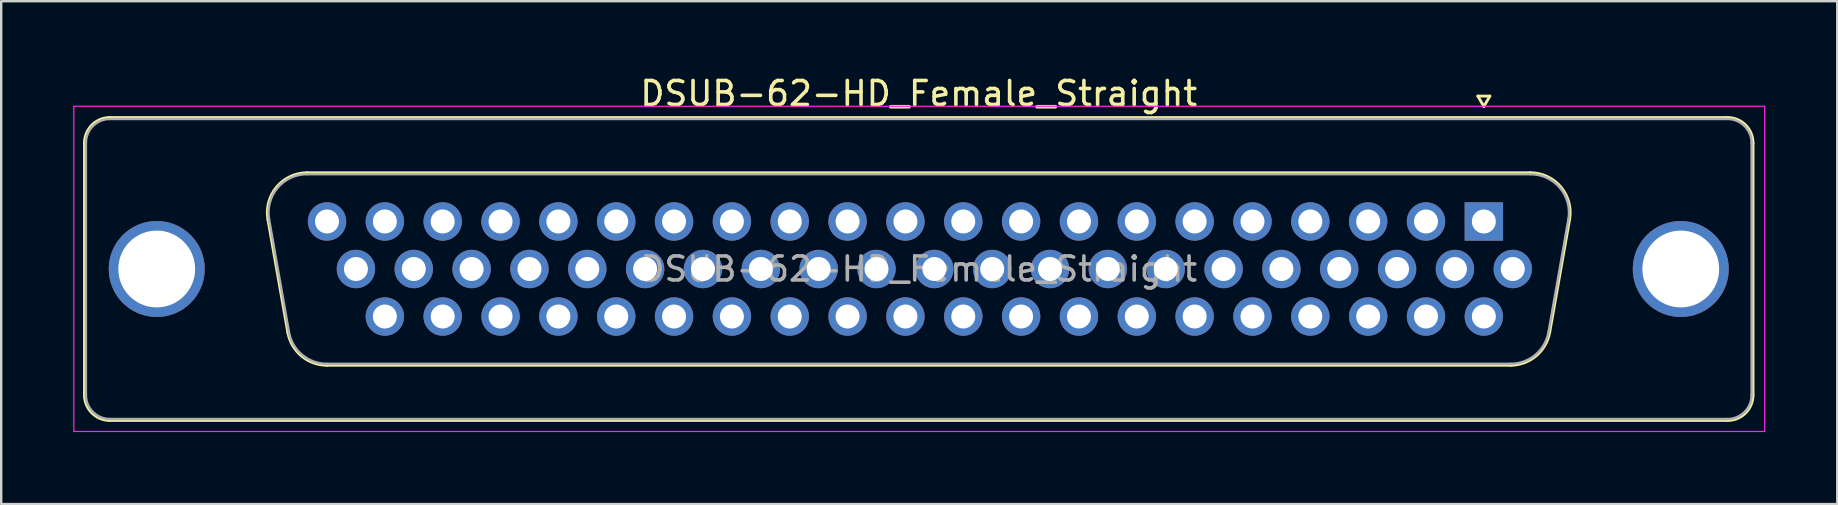
<source format=kicad_pcb>
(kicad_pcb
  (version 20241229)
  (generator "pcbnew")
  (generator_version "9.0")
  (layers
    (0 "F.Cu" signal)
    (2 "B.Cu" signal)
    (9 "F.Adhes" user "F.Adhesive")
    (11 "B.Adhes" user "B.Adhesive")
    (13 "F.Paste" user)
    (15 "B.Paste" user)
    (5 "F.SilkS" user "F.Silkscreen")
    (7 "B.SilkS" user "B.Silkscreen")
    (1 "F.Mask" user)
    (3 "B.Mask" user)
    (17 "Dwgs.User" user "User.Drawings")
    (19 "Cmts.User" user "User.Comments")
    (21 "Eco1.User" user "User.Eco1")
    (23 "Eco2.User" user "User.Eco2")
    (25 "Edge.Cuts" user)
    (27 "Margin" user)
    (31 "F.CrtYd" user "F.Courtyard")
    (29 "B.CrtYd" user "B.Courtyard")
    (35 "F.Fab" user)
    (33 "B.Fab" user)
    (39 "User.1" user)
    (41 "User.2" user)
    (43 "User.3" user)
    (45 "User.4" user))
  (footprint "DSUB-62-HD_Female_Straight"
    (layer "F.Cu")
    (at 58.775 6.178)
    (property "Reference" "DSUB-62-HD_Female_Straight" (at -23.545 -5.33 0) (layer "F.SilkS") (effects (font (size 1 1) (thickness 0.15))))
    (attr through_hole)
    (fp_line (start -58.305 7.23) (end -58.305 -3.27) (stroke (width 0.12) (type solid)) (layer "F.SilkS"))
    (fp_line (start -57.245 -4.33) (end 10.155 -4.33) (stroke (width 0.12) (type solid)) (layer "F.SilkS"))
    (fp_line (start -50.661 -0.082) (end -49.833 4.618) (stroke (width 0.12) (type solid)) (layer "F.SilkS"))
    (fp_line (start -49.027 -2.03) (end 1.937 -2.03) (stroke (width 0.12) (type solid)) (layer "F.SilkS"))
    (fp_line (start -48.198 5.99) (end 1.108 5.99) (stroke (width 0.12) (type solid)) (layer "F.SilkS"))
    (fp_line (start -0.25 -5.224) (end 0.25 -5.224) (stroke (width 0.12) (type solid)) (layer "F.SilkS"))
    (fp_line (start 0 -4.791) (end -0.25 -5.224) (stroke (width 0.12) (type solid)) (layer "F.SilkS"))
    (fp_line (start 0.25 -5.224) (end 0 -4.791) (stroke (width 0.12) (type solid)) (layer "F.SilkS"))
    (fp_line (start 3.571 -0.082) (end 2.743 4.618) (stroke (width 0.12) (type solid)) (layer "F.SilkS"))
    (fp_line (start 10.155 8.29) (end -57.245 8.29) (stroke (width 0.12) (type solid)) (layer "F.SilkS"))
    (fp_line (start 11.215 -3.27) (end 11.215 7.23) (stroke (width 0.12) (type solid)) (layer "F.SilkS"))
    (fp_arc (start -58.305 -3.27) (mid -57.994533 -4.019533) (end -57.245 -4.33) (stroke (width 0.12) (type solid)) (layer "F.SilkS"))
    (fp_arc (start -57.245 8.29) (mid -57.994533 7.979533) (end -58.305 7.23) (stroke (width 0.12) (type solid)) (layer "F.SilkS"))
    (fp_arc (start -50.66147 -0.081744) (mid -50.298323 -1.437028) (end -49.026689 -2.03) (stroke (width 0.12) (type solid)) (layer "F.SilkS"))
    (fp_arc (start -48.197952 5.99) (mid -49.264979 5.601634) (end -49.832733 4.618256) (stroke (width 0.12) (type solid)) (layer "F.SilkS"))
    (fp_arc (start 1.936689 -2.03) (mid 3.208323 -1.437027) (end 3.57147 -0.081744) (stroke (width 0.12) (type solid)) (layer "F.SilkS"))
    (fp_arc (start 2.742733 4.618256) (mid 2.17498 5.601634) (end 1.107952 5.99) (stroke (width 0.12) (type solid)) (layer "F.SilkS"))
    (fp_arc (start 10.155 -4.33) (mid 10.904533 -4.019533) (end 11.215 -3.27) (stroke (width 0.12) (type solid)) (layer "F.SilkS"))
    (fp_arc (start 11.215 7.23) (mid 10.904533 7.979533) (end 10.155 8.29) (stroke (width 0.12) (type solid)) (layer "F.SilkS"))
    (fp_line (start -58.75 -4.8) (end -58.75 8.75) (stroke (width 0.05) (type solid)) (layer "F.CrtYd"))
    (fp_line (start -58.75 8.75) (end 11.7 8.75) (stroke (width 0.05) (type solid)) (layer "F.CrtYd"))
    (fp_line (start 11.7 -4.8) (end -58.75 -4.8) (stroke (width 0.05) (type solid)) (layer "F.CrtYd"))
    (fp_line (start 11.7 8.75) (end 11.7 -4.8) (stroke (width 0.05) (type solid)) (layer "F.CrtYd"))
    (fp_line (start -58.245 7.23) (end -58.245 -3.27) (stroke (width 0.1) (type solid)) (layer "F.Fab"))
    (fp_line (start -57.245 -4.27) (end 10.155 -4.27) (stroke (width 0.1) (type solid)) (layer "F.Fab"))
    (fp_line (start -50.614 -0.092) (end -49.785 4.608) (stroke (width 0.1) (type solid)) (layer "F.Fab"))
    (fp_line (start -49.038 -1.97) (end 1.948 -1.97) (stroke (width 0.1) (type solid)) (layer "F.Fab"))
    (fp_line (start -48.209 5.93) (end 1.119 5.93) (stroke (width 0.1) (type solid)) (layer "F.Fab"))
    (fp_line (start 3.524 -0.092) (end 2.695 4.608) (stroke (width 0.1) (type solid)) (layer "F.Fab"))
    (fp_line (start 10.155 8.23) (end -57.245 8.23) (stroke (width 0.1) (type solid)) (layer "F.Fab"))
    (fp_line (start 11.155 -3.27) (end 11.155 7.23) (stroke (width 0.1) (type solid)) (layer "F.Fab"))
    (fp_arc (start -58.245 -3.27) (mid -57.952107 -3.977107) (end -57.245 -4.27) (stroke (width 0.1) (type solid)) (layer "F.Fab"))
    (fp_arc (start -57.245 8.23) (mid -57.952107 7.937107) (end -58.245 7.23) (stroke (width 0.1) (type solid)) (layer "F.Fab"))
    (fp_arc (start -50.613886 -0.092163) (mid -50.263865 -1.39846) (end -49.038194 -1.97) (stroke (width 0.1) (type solid)) (layer "F.Fab"))
    (fp_arc (start -48.209457 5.93) (mid -49.237917 5.555671) (end -49.785149 4.607837) (stroke (width 0.1) (type solid)) (layer "F.Fab"))
    (fp_arc (start 1.948194 -1.97) (mid 3.173865 -1.39846) (end 3.523886 -0.092163) (stroke (width 0.1) (type solid)) (layer "F.Fab"))
    (fp_arc (start 2.695149 4.607837) (mid 2.147917 5.555671) (end 1.119457 5.93) (stroke (width 0.1) (type solid)) (layer "F.Fab"))
    (fp_arc (start 10.155 -4.27) (mid 10.862107 -3.977107) (end 11.155 -3.27) (stroke (width 0.1) (type solid)) (layer "F.Fab"))
    (fp_arc (start 11.155 7.23) (mid 10.862107 7.937107) (end 10.155 8.23) (stroke (width 0.1) (type solid)) (layer "F.Fab"))
    (fp_text user "${REFERENCE}" (at -23.545 1.98 0) (layer "F.Fab") (effects (font (size 1 1) (thickness 0.15))))
    (pad "0" thru_hole circle (at -55.295 1.98) (size 4 4) (drill 3.2) (layers "*.Cu" "*.Mask"))
    (pad "0" thru_hole circle (at 8.205 1.98) (size 4 4) (drill 3.2) (layers "*.Cu" "*.Mask"))
    (pad "1" thru_hole rect (at 0 0) (size 1.6 1.6) (drill 1) (layers "*.Cu" "*.Mask"))
    (pad "2" thru_hole circle (at -2.41 0) (size 1.6 1.6) (drill 1) (layers "*.Cu" "*.Mask"))
    (pad "3" thru_hole circle (at -4.82 0) (size 1.6 1.6) (drill 1) (layers "*.Cu" "*.Mask"))
    (pad "4" thru_hole circle (at -7.23 0) (size 1.6 1.6) (drill 1) (layers "*.Cu" "*.Mask"))
    (pad "5" thru_hole circle (at -9.64 0) (size 1.6 1.6) (drill 1) (layers "*.Cu" "*.Mask"))
    (pad "6" thru_hole circle (at -12.05 0) (size 1.6 1.6) (drill 1) (layers "*.Cu" "*.Mask"))
    (pad "7" thru_hole circle (at -14.46 0) (size 1.6 1.6) (drill 1) (layers "*.Cu" "*.Mask"))
    (pad "8" thru_hole circle (at -16.87 0) (size 1.6 1.6) (drill 1) (layers "*.Cu" "*.Mask"))
    (pad "9" thru_hole circle (at -19.28 0) (size 1.6 1.6) (drill 1) (layers "*.Cu" "*.Mask"))
    (pad "10" thru_hole circle (at -21.69 0) (size 1.6 1.6) (drill 1) (layers "*.Cu" "*.Mask"))
    (pad "11" thru_hole circle (at -24.1 0) (size 1.6 1.6) (drill 1) (layers "*.Cu" "*.Mask"))
    (pad "12" thru_hole circle (at -26.51 0) (size 1.6 1.6) (drill 1) (layers "*.Cu" "*.Mask"))
    (pad "13" thru_hole circle (at -28.92 0) (size 1.6 1.6) (drill 1) (layers "*.Cu" "*.Mask"))
    (pad "14" thru_hole circle (at -31.33 0) (size 1.6 1.6) (drill 1) (layers "*.Cu" "*.Mask"))
    (pad "15" thru_hole circle (at -33.74 0) (size 1.6 1.6) (drill 1) (layers "*.Cu" "*.Mask"))
    (pad "16" thru_hole circle (at -36.15 0) (size 1.6 1.6) (drill 1) (layers "*.Cu" "*.Mask"))
    (pad "17" thru_hole circle (at -38.56 0) (size 1.6 1.6) (drill 1) (layers "*.Cu" "*.Mask"))
    (pad "18" thru_hole circle (at -40.97 0) (size 1.6 1.6) (drill 1) (layers "*.Cu" "*.Mask"))
    (pad "19" thru_hole circle (at -43.38 0) (size 1.6 1.6) (drill 1) (layers "*.Cu" "*.Mask"))
    (pad "20" thru_hole circle (at -45.79 0) (size 1.6 1.6) (drill 1) (layers "*.Cu" "*.Mask"))
    (pad "21" thru_hole circle (at -48.2 0) (size 1.6 1.6) (drill 1) (layers "*.Cu" "*.Mask"))
    (pad "22" thru_hole circle (at 1.205 1.98) (size 1.6 1.6) (drill 1) (layers "*.Cu" "*.Mask"))
    (pad "23" thru_hole circle (at -1.205 1.98) (size 1.6 1.6) (drill 1) (layers "*.Cu" "*.Mask"))
    (pad "24" thru_hole circle (at -3.615 1.98) (size 1.6 1.6) (drill 1) (layers "*.Cu" "*.Mask"))
    (pad "25" thru_hole circle (at -6.025 1.98) (size 1.6 1.6) (drill 1) (layers "*.Cu" "*.Mask"))
    (pad "26" thru_hole circle (at -8.435 1.98) (size 1.6 1.6) (drill 1) (layers "*.Cu" "*.Mask"))
    (pad "27" thru_hole circle (at -10.845 1.98) (size 1.6 1.6) (drill 1) (layers "*.Cu" "*.Mask"))
    (pad "28" thru_hole circle (at -13.255 1.98) (size 1.6 1.6) (drill 1) (layers "*.Cu" "*.Mask"))
    (pad "29" thru_hole circle (at -15.665 1.98) (size 1.6 1.6) (drill 1) (layers "*.Cu" "*.Mask"))
    (pad "30" thru_hole circle (at -18.075 1.98) (size 1.6 1.6) (drill 1) (layers "*.Cu" "*.Mask"))
    (pad "31" thru_hole circle (at -20.485 1.98) (size 1.6 1.6) (drill 1) (layers "*.Cu" "*.Mask"))
    (pad "32" thru_hole circle (at -22.895 1.98) (size 1.6 1.6) (drill 1) (layers "*.Cu" "*.Mask"))
    (pad "33" thru_hole circle (at -25.305 1.98) (size 1.6 1.6) (drill 1) (layers "*.Cu" "*.Mask"))
    (pad "34" thru_hole circle (at -27.715 1.98) (size 1.6 1.6) (drill 1) (layers "*.Cu" "*.Mask"))
    (pad "35" thru_hole circle (at -30.125 1.98) (size 1.6 1.6) (drill 1) (layers "*.Cu" "*.Mask"))
    (pad "36" thru_hole circle (at -32.535 1.98) (size 1.6 1.6) (drill 1) (layers "*.Cu" "*.Mask"))
    (pad "37" thru_hole circle (at -34.945 1.98) (size 1.6 1.6) (drill 1) (layers "*.Cu" "*.Mask"))
    (pad "38" thru_hole circle (at -37.355 1.98) (size 1.6 1.6) (drill 1) (layers "*.Cu" "*.Mask"))
    (pad "39" thru_hole circle (at -39.765 1.98) (size 1.6 1.6) (drill 1) (layers "*.Cu" "*.Mask"))
    (pad "40" thru_hole circle (at -42.175 1.98) (size 1.6 1.6) (drill 1) (layers "*.Cu" "*.Mask"))
    (pad "41" thru_hole circle (at -44.585 1.98) (size 1.6 1.6) (drill 1) (layers "*.Cu" "*.Mask"))
    (pad "42" thru_hole circle (at -46.995 1.98) (size 1.6 1.6) (drill 1) (layers "*.Cu" "*.Mask"))
    (pad "43" thru_hole circle (at 0 3.96) (size 1.6 1.6) (drill 1) (layers "*.Cu" "*.Mask"))
    (pad "44" thru_hole circle (at -2.41 3.96) (size 1.6 1.6) (drill 1) (layers "*.Cu" "*.Mask"))
    (pad "45" thru_hole circle (at -4.82 3.96) (size 1.6 1.6) (drill 1) (layers "*.Cu" "*.Mask"))
    (pad "46" thru_hole circle (at -7.23 3.96) (size 1.6 1.6) (drill 1) (layers "*.Cu" "*.Mask"))
    (pad "47" thru_hole circle (at -9.64 3.96) (size 1.6 1.6) (drill 1) (layers "*.Cu" "*.Mask"))
    (pad "48" thru_hole circle (at -12.05 3.96) (size 1.6 1.6) (drill 1) (layers "*.Cu" "*.Mask"))
    (pad "49" thru_hole circle (at -14.46 3.96) (size 1.6 1.6) (drill 1) (layers "*.Cu" "*.Mask"))
    (pad "50" thru_hole circle (at -16.87 3.96) (size 1.6 1.6) (drill 1) (layers "*.Cu" "*.Mask"))
    (pad "51" thru_hole circle (at -19.28 3.96) (size 1.6 1.6) (drill 1) (layers "*.Cu" "*.Mask"))
    (pad "52" thru_hole circle (at -21.69 3.96) (size 1.6 1.6) (drill 1) (layers "*.Cu" "*.Mask"))
    (pad "53" thru_hole circle (at -24.1 3.96) (size 1.6 1.6) (drill 1) (layers "*.Cu" "*.Mask"))
    (pad "54" thru_hole circle (at -26.51 3.96) (size 1.6 1.6) (drill 1) (layers "*.Cu" "*.Mask"))
    (pad "55" thru_hole circle (at -28.92 3.96) (size 1.6 1.6) (drill 1) (layers "*.Cu" "*.Mask"))
    (pad "56" thru_hole circle (at -31.33 3.96) (size 1.6 1.6) (drill 1) (layers "*.Cu" "*.Mask"))
    (pad "57" thru_hole circle (at -33.74 3.96) (size 1.6 1.6) (drill 1) (layers "*.Cu" "*.Mask"))
    (pad "58" thru_hole circle (at -36.15 3.96) (size 1.6 1.6) (drill 1) (layers "*.Cu" "*.Mask"))
    (pad "59" thru_hole circle (at -38.56 3.96) (size 1.6 1.6) (drill 1) (layers "*.Cu" "*.Mask"))
    (pad "60" thru_hole circle (at -40.97 3.96) (size 1.6 1.6) (drill 1) (layers "*.Cu" "*.Mask"))
    (pad "61" thru_hole circle (at -43.38 3.96) (size 1.6 1.6) (drill 1) (layers "*.Cu" "*.Mask"))
    (pad "62" thru_hole circle (at -45.79 3.96) (size 1.6 1.6) (drill 1) (layers "*.Cu" "*.Mask")))
  (gr_rect
    (start -3 -3)
    (end 73.5 17.953)
    (stroke (width 0.1) (type default))
    (fill no)
    (layer "Edge.Cuts")))
</source>
